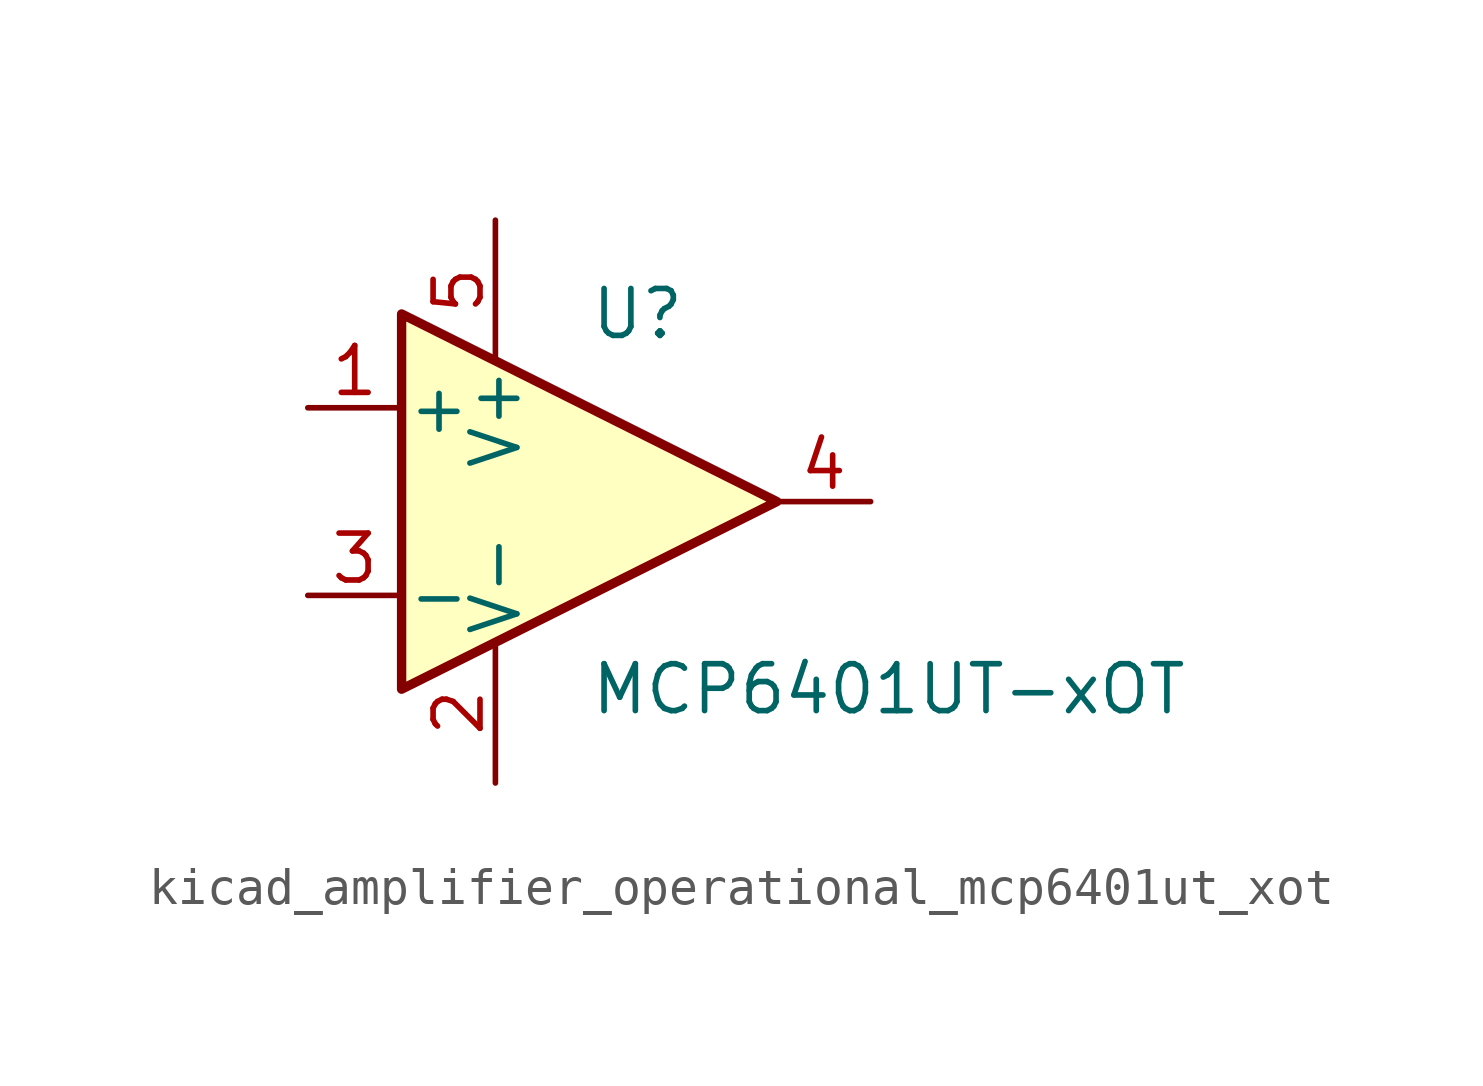
<source format=kicad_sym>
(kicad_symbol_lib
  (version 20220914)
  (generator kicad_symbol_editor)
  (symbol "kicad_amplifier_operational_mcp6401ut_xot"
    (pin_names
      (offset 0.127))
    (property "Reference" "U"
      (at 0 5.08 0)
      (effects (font (size 1.27 1.27)) (justify left)))
    (property "Value" "MCP6401UT-xOT"
      (at 0 -5.08 0)
      (effects (font (size 1.27 1.27)) (justify left)))
    (symbol "kicad_amplifier_operational_mcp6401ut_xot_0_1"
      (polyline (pts (xy -5.08 5.08) (xy 5.08 0) (xy -5.08 -5.08) (xy -5.08 5.08)) (stroke (width 0.254) (type default)) (fill (type background)))
      (pin power_in line (at -2.54 -7.62 90) (length 3.81) (name "V-" (effects (font (size 1.27 1.27)))) (number "2" (effects (font (size 1.27 1.27)))))
      (pin power_in line (at -2.54 7.62 270) (length 3.81) (name "V+" (effects (font (size 1.27 1.27)))) (number "5" (effects (font (size 1.27 1.27))))))
    (symbol "kicad_amplifier_operational_mcp6401ut_xot_1_1"
      (pin input line (at -7.62 2.54 0) (length 2.54) (name "+" (effects (font (size 1.27 1.27)))) (number "1" (effects (font (size 1.27 1.27)))))
      (pin input line (at -7.62 -2.54 0) (length 2.54) (name "-" (effects (font (size 1.27 1.27)))) (number "3" (effects (font (size 1.27 1.27)))))
      (pin output line (at 7.62 0 180) (length 2.54) (name "~" (effects (font (size 1.27 1.27)))) (number "4" (effects (font (size 1.27 1.27))))))))
</source>
